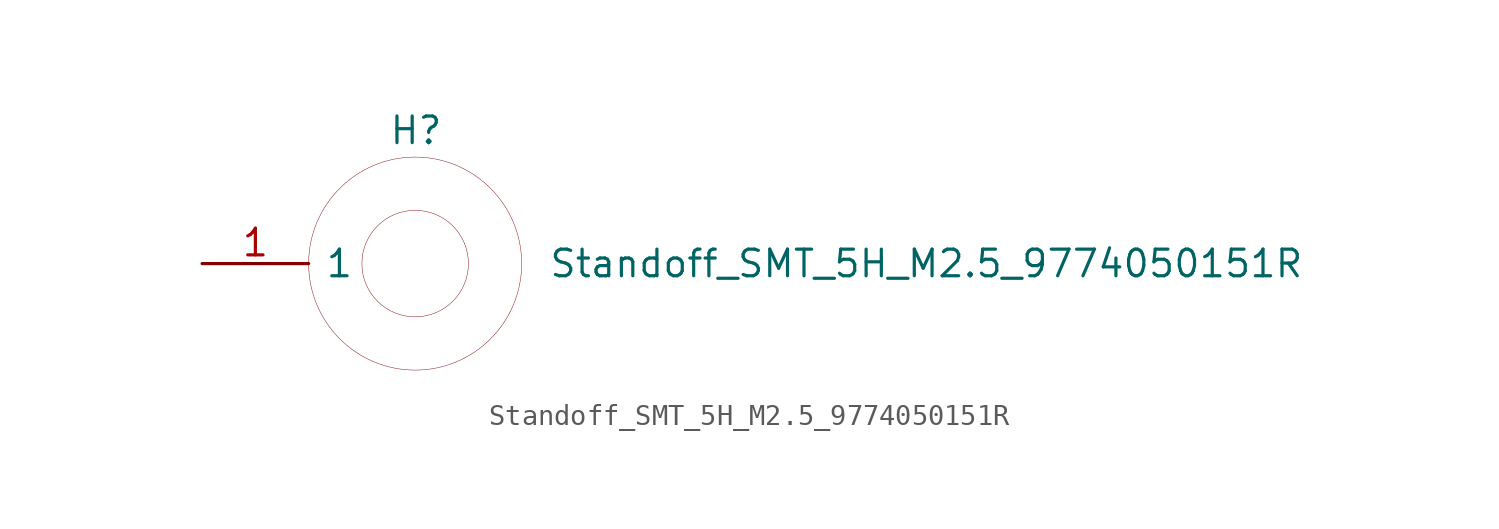
<source format=kicad_sym>
(kicad_symbol_lib
  (version 20201005)
  (generator kicad_symbol_editor)
  (symbol "NB3_power:Standoff_SMT_5H_M2.5_9774050151R"
    (pin_names
      (offset 0.762))
    (property "Reference" "H"
      (at 3.81 6.35 0)
      (effects (font (size 1.27 1.27)) (justify left)))
    (property "Value" "Standoff_SMT_5H_M2.5_9774050151R"
      (at 11.43 0 0)
      (effects (font (size 1.27 1.27)) (justify left)))
    (symbol "Standoff_SMT_5H_M2.5_9774050151R_0_1"
      (circle (center 5.08 0) (radius 5.08) (stroke (width 0.001)) (fill (type none)))
      (circle (center 5.08 0) (radius 2.54) (stroke (width 0.001)) (fill (type none))))
    (symbol "Standoff_SMT_5H_M2.5_9774050151R_0_0"
      (pin passive line (at -5.08 0 0) (length 5.08) (name "1" (effects (font (size 1.27 1.27)))) (number "1" (effects (font (size 1.27 1.27))))))))
</source>
